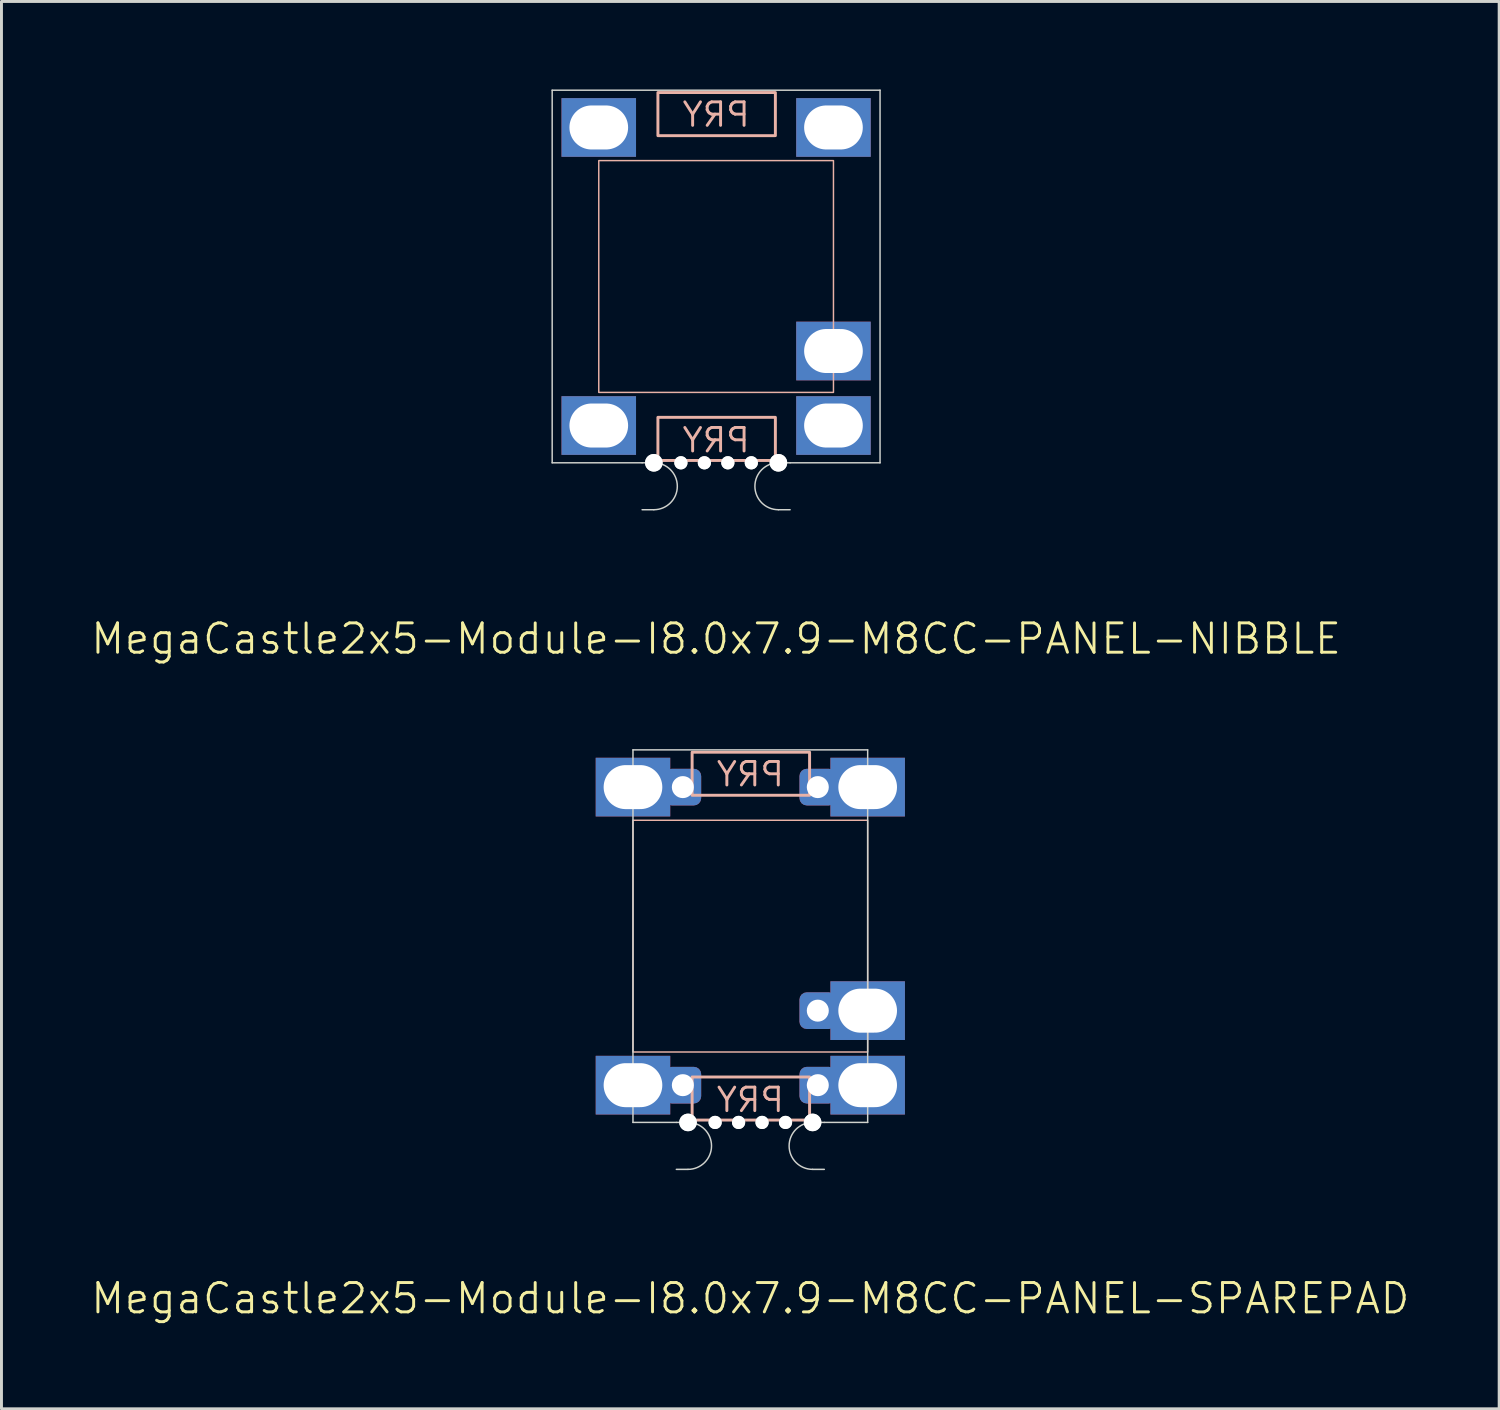
<source format=kicad_pcb>
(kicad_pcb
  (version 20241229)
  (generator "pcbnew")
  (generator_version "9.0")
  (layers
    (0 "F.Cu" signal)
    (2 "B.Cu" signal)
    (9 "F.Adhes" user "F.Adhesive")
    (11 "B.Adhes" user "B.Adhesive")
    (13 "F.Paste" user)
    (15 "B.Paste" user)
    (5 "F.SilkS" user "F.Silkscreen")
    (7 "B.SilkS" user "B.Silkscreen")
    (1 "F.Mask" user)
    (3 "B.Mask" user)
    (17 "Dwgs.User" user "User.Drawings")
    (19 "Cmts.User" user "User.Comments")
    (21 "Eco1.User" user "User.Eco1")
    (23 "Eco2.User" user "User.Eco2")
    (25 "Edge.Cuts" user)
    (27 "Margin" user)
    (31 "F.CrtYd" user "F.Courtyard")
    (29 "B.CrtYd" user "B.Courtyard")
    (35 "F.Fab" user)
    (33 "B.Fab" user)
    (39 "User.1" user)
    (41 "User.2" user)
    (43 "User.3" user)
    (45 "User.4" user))
  (footprint "MegaCastle2x5-Module-I8.0x7.9-M8CC-PANEL-SPAREPAD"
    (layer "F.Cu")
    (at 22.526 28.86)
    (property "Reference" "MegaCastle2x5-Module-I8.0x7.9-M8CC-PANEL-SPAREPAD" (at 0 12.35 0) (unlocked yes) (layer "F.SilkS") (effects (font (size 1 1) (thickness 0.1))))
    (attr smd)
    (fp_rect (start -4 3.95) (end 4 -3.95) (stroke (width 0.05) (type default)) (fill no) (layer "B.SilkS"))
    (fp_rect (start -1.984 -4.801) (end 2.02 -6.27) (stroke (width 0.1) (type default)) (fill no) (layer "B.SilkS"))
    (fp_rect (start -1.984 4.801) (end 2.02 6.27) (stroke (width 0.1) (type default)) (fill no) (layer "B.SilkS"))
    (fp_line (start -4 -6.35) (end -4 6.35) (stroke (width 0.05) (type default)) (layer "Edge.Cuts"))
    (fp_line (start -4 -6.35) (end 4 -6.35) (stroke (width 0.05) (type default)) (layer "Edge.Cuts"))
    (fp_line (start -4 6.35) (end -2.522 6.35) (stroke (width 0.05) (type default)) (layer "Edge.Cuts"))
    (fp_line (start -2.522 6.35) (end -2.123 6.35) (stroke (width 0.05) (type default)) (layer "Edge.Cuts"))
    (fp_line (start -2.522 7.95) (end -2.123 7.95) (stroke (width 0.05) (type default)) (layer "Edge.Cuts"))
    (fp_line (start 2.522 6.35) (end 2.123 6.35) (stroke (width 0.05) (type default)) (layer "Edge.Cuts"))
    (fp_line (start 2.522 6.35) (end 4 6.35) (stroke (width 0.05) (type default)) (layer "Edge.Cuts"))
    (fp_line (start 2.522 7.95) (end 2.123 7.95) (stroke (width 0.05) (type default)) (layer "Edge.Cuts"))
    (fp_line (start 4 -6.35) (end 4 6.35) (stroke (width 0.05) (type default)) (layer "Edge.Cuts"))
    (fp_arc (start -2.1225 6.35) (mid -1.3225 7.15) (end -2.1225 7.95) (stroke (width 0.05) (type default)) (layer "Edge.Cuts"))
    (fp_arc (start 2.1225 7.95) (mid 1.3225 7.15) (end 2.1225 6.35) (stroke (width 0.05) (type default)) (layer "Edge.Cuts"))
    (fp_text user "PRY" (at 0 -5.05 0) (unlocked yes) (layer "B.SilkS") (effects (font (size 0.8 0.8) (thickness 0.1)) (justify bottom mirror)))
    (fp_text user "PRY" (at 0 6.05 0) (unlocked yes) (layer "B.SilkS") (effects (font (size 0.8 0.8) (thickness 0.1)) (justify bottom mirror)))
    (pad "" np_thru_hole circle (at -2.123 6.35) (size 0.6 0.6) (drill 0.6) (layers "*.Cu" "Edge.Cuts"))
    (pad "" np_thru_hole circle (at -1.2 6.35) (size 0.45 0.45) (drill 0.45) (layers "*.Cu" "Edge.Cuts"))
    (pad "" np_thru_hole circle (at -0.4 6.35) (size 0.45 0.45) (drill 0.45) (layers "*.Cu" "Edge.Cuts"))
    (pad "" np_thru_hole circle (at 0.4 6.35) (size 0.45 0.45) (drill 0.45) (layers "*.Cu" "Edge.Cuts"))
    (pad "" np_thru_hole circle (at 1.2 6.35) (size 0.45 0.45) (drill 0.45) (layers "*.Cu" "Edge.Cuts"))
    (pad "" np_thru_hole circle (at 2.123 6.35) (size 0.6 0.6) (drill 0.6) (layers "*.Cu" "Edge.Cuts"))
    (pad "1" thru_hole rect (at -4 -5.08) (size 2.54 2) (drill oval 2 1.5) (property pad_prop_castellated) (layers "*.Cu" "*.Mask"))
    (pad "1" thru_hole roundrect (at -2.3 -5.08 180) (size 1.25 1.25) (drill 0.75) (layers "*.Cu" "*.Mask") (roundrect_rratio 0.2))
    (pad "5" thru_hole rect (at -4 5.08) (size 2.54 2) (drill oval 2 1.5) (property pad_prop_castellated) (layers "*.Cu" "*.Mask"))
    (pad "5" thru_hole roundrect (at -2.3 5.08 180) (size 1.25 1.25) (drill 0.75) (layers "*.Cu" "*.Mask") (roundrect_rratio 0.2))
    (pad "6" thru_hole roundrect (at 2.3 -5.08 180) (size 1.25 1.25) (drill 0.75) (layers "*.Cu" "*.Mask") (roundrect_rratio 0.2))
    (pad "6" thru_hole rect (at 4 -5.08) (size 2.54 2) (drill oval 2 1.5) (property pad_prop_castellated) (layers "*.Cu" "*.Mask"))
    (pad "9" thru_hole roundrect (at 2.3 2.54 180) (size 1.25 1.25) (drill 0.75) (layers "*.Cu" "*.Mask") (roundrect_rratio 0.2))
    (pad "9" thru_hole rect (at 4 2.54) (size 2.54 2) (drill oval 2 1.5) (property pad_prop_castellated) (layers "*.Cu" "*.Mask"))
    (pad "10" thru_hole roundrect (at 2.3 5.08 180) (size 1.25 1.25) (drill 0.75) (layers "*.Cu" "*.Mask") (roundrect_rratio 0.2))
    (pad "10" thru_hole rect (at 4 5.08) (size 2.54 2) (drill oval 2 1.5) (property pad_prop_castellated) (layers "*.Cu" "*.Mask"))
    (zone (net_name "") (layer "B.Cu") (hatch edge 0.5) (connect_pads) (min_thickness 0.25) (filled_areas_thickness no) (keepout (tracks allowed) (vias allowed) (pads allowed) (copperpour allowed) (footprints not_allowed)) (placement (enabled no)) (fill) (polygon (pts (xy 18.526 35.211) (xy 18.526 22.511))))
    (zone (net_name "") (layer "B.Cu") (hatch edge 0.5) (connect_pads) (min_thickness 0.25) (filled_areas_thickness no) (keepout (tracks allowed) (vias allowed) (pads allowed) (copperpour allowed) (footprints not_allowed)) (placement (enabled no)) (fill) (polygon (pts (xy 26.526 35.211) (xy 26.526 22.511))))
    (zone (net_name "") (layer "B.Cu") (hatch edge 0.5) (connect_pads) (min_thickness 0.25) (filled_areas_thickness no) (keepout (tracks allowed) (vias allowed) (pads allowed) (copperpour allowed) (footprints not_allowed)) (placement (enabled no)) (fill) (polygon (pts (xy 18.526 22.511) (xy 18.526 24.91) (xy 26.526 24.91) (xy 26.526 22.511))))
    (zone (net_name "") (layer "B.Cu") (hatch edge 0.5) (connect_pads) (min_thickness 0.25) (filled_areas_thickness no) (keepout (tracks allowed) (vias allowed) (pads allowed) (copperpour allowed) (footprints not_allowed)) (placement (enabled no)) (fill) (polygon (pts (xy 18.526 35.211) (xy 18.526 32.81) (xy 26.526 32.81) (xy 26.526 35.211))))
    (zone (net_name "") (layer "B.Cu") (name "Upper Pry Zone") (hatch edge 0.5) (connect_pads) (min_thickness 0.25) (filled_areas_thickness no) (keepout (tracks not_allowed) (vias not_allowed) (pads not_allowed) (copperpour allowed) (footprints not_allowed)) (placement (enabled no)) (fill) (polygon (pts (xy 20.542 24.059) (xy 20.542 22.59) (xy 24.546 22.59) (xy 24.546 24.059))))
    (zone (net_name "") (layer "B.Cu") (name "Upper Pry Zone") (hatch edge 0.5) (connect_pads) (min_thickness 0.25) (filled_areas_thickness no) (keepout (tracks not_allowed) (vias not_allowed) (pads not_allowed) (copperpour allowed) (footprints not_allowed)) (placement (enabled no)) (fill) (polygon (pts (xy 20.542 33.662) (xy 20.542 35.13) (xy 24.546 35.13) (xy 24.546 33.662)))))
  (footprint "MegaCastle2x5-Module-I8.0x7.9-M8CC-PANEL-NIBBLE"
    (layer "F.Cu")
    (at 21.36 6.375)
    (property "Reference" "MegaCastle2x5-Module-I8.0x7.9-M8CC-PANEL-NIBBLE" (at 0 12.35 0) (unlocked yes) (layer "F.SilkS") (effects (font (size 1 1) (thickness 0.1))))
    (attr smd)
    (fp_rect (start -4 3.95) (end 4 -3.95) (stroke (width 0.05) (type default)) (fill no) (layer "B.SilkS"))
    (fp_rect (start -1.984 -4.801) (end 2.02 -6.27) (stroke (width 0.1) (type default)) (fill no) (layer "B.SilkS"))
    (fp_rect (start -1.984 4.801) (end 2.02 6.27) (stroke (width 0.1) (type default)) (fill no) (layer "B.SilkS"))
    (fp_line (start -5.588 -6.35) (end -5.588 6.35) (stroke (width 0.05) (type default)) (layer "Edge.Cuts"))
    (fp_line (start -5.588 -6.35) (end 5.588 -6.35) (stroke (width 0.05) (type default)) (layer "Edge.Cuts"))
    (fp_line (start -5.588 6.35) (end -2.522 6.35) (stroke (width 0.05) (type default)) (layer "Edge.Cuts"))
    (fp_line (start -2.522 6.35) (end -2.123 6.35) (stroke (width 0.05) (type default)) (layer "Edge.Cuts"))
    (fp_line (start -2.522 7.95) (end -2.123 7.95) (stroke (width 0.05) (type default)) (layer "Edge.Cuts"))
    (fp_line (start 2.522 6.35) (end 2.123 6.35) (stroke (width 0.05) (type default)) (layer "Edge.Cuts"))
    (fp_line (start 2.522 6.35) (end 5.588 6.35) (stroke (width 0.05) (type default)) (layer "Edge.Cuts"))
    (fp_line (start 2.522 7.95) (end 2.123 7.95) (stroke (width 0.05) (type default)) (layer "Edge.Cuts"))
    (fp_line (start 5.588 -6.35) (end 5.588 6.35) (stroke (width 0.05) (type default)) (layer "Edge.Cuts"))
    (fp_arc (start -2.1225 6.35) (mid -1.3225 7.15) (end -2.1225 7.95) (stroke (width 0.05) (type default)) (layer "Edge.Cuts"))
    (fp_arc (start 2.1225 7.95) (mid 1.3225 7.15) (end 2.1225 6.35) (stroke (width 0.05) (type default)) (layer "Edge.Cuts"))
    (fp_text user "PRY" (at 0 6.05 0) (unlocked yes) (layer "B.SilkS") (effects (font (size 0.8 0.8) (thickness 0.1)) (justify bottom mirror)))
    (fp_text user "PRY" (at 0 -5.05 0) (unlocked yes) (layer "B.SilkS") (effects (font (size 0.8 0.8) (thickness 0.1)) (justify bottom mirror)))
    (pad "" np_thru_hole circle (at -2.123 6.35) (size 0.6 0.6) (drill 0.6) (layers "*.Cu" "Edge.Cuts"))
    (pad "" np_thru_hole circle (at -1.2 6.35) (size 0.45 0.45) (drill 0.45) (layers "*.Cu" "Edge.Cuts"))
    (pad "" np_thru_hole circle (at -0.4 6.35) (size 0.45 0.45) (drill 0.45) (layers "*.Cu" "Edge.Cuts"))
    (pad "" np_thru_hole circle (at 0.4 6.35) (size 0.45 0.45) (drill 0.45) (layers "*.Cu" "Edge.Cuts"))
    (pad "" np_thru_hole circle (at 1.2 6.35) (size 0.45 0.45) (drill 0.45) (layers "*.Cu" "Edge.Cuts"))
    (pad "" np_thru_hole circle (at 2.123 6.35) (size 0.6 0.6) (drill 0.6) (layers "*.Cu" "Edge.Cuts"))
    (pad "1" thru_hole rect (at -4 -5.08) (size 2.54 2) (drill oval 2 1.5) (property pad_prop_castellated) (layers "*.Cu" "*.Mask"))
    (pad "5" thru_hole rect (at -4 5.08) (size 2.54 2) (drill oval 2 1.5) (property pad_prop_castellated) (layers "*.Cu" "*.Mask"))
    (pad "6" thru_hole rect (at 4 -5.08) (size 2.54 2) (drill oval 2 1.5) (property pad_prop_castellated) (layers "*.Cu" "*.Mask"))
    (pad "9" thru_hole rect (at 4 2.54) (size 2.54 2) (drill oval 2 1.5) (property pad_prop_castellated) (layers "*.Cu" "*.Mask"))
    (pad "10" thru_hole rect (at 4 5.08) (size 2.54 2) (drill oval 2 1.5) (property pad_prop_castellated) (layers "*.Cu" "*.Mask"))
    (zone (net_name "") (layer "B.Cu") (hatch edge 0.5) (connect_pads) (min_thickness 0.25) (filled_areas_thickness no) (keepout (tracks allowed) (vias allowed) (pads allowed) (copperpour allowed) (footprints not_allowed)) (placement (enabled no)) (fill) (polygon (pts (xy 17.36 12.725) (xy 17.36 0.025))))
    (zone (net_name "") (layer "B.Cu") (hatch edge 0.5) (connect_pads) (min_thickness 0.25) (filled_areas_thickness no) (keepout (tracks allowed) (vias allowed) (pads allowed) (copperpour allowed) (footprints not_allowed)) (placement (enabled no)) (fill) (polygon (pts (xy 25.36 12.725) (xy 25.36 0.025))))
    (zone (net_name "") (layer "B.Cu") (hatch edge 0.5) (connect_pads) (min_thickness 0.25) (filled_areas_thickness no) (keepout (tracks allowed) (vias allowed) (pads allowed) (copperpour allowed) (footprints not_allowed)) (placement (enabled no)) (fill) (polygon (pts (xy 17.36 0.025) (xy 17.36 2.425) (xy 25.36 2.425) (xy 25.36 0.025))))
    (zone (net_name "") (layer "B.Cu") (hatch edge 0.5) (connect_pads) (min_thickness 0.25) (filled_areas_thickness no) (keepout (tracks allowed) (vias allowed) (pads allowed) (copperpour allowed) (footprints not_allowed)) (placement (enabled no)) (fill) (polygon (pts (xy 17.36 12.725) (xy 17.36 10.325) (xy 25.36 10.325) (xy 25.36 12.725))))
    (zone (net_name "") (layer "B.Cu") (name "Upper Pry Zone") (hatch edge 0.5) (connect_pads) (min_thickness 0.25) (filled_areas_thickness no) (keepout (tracks not_allowed) (vias not_allowed) (pads not_allowed) (copperpour allowed) (footprints not_allowed)) (placement (enabled no)) (fill) (polygon (pts (xy 19.375 1.574) (xy 19.375 0.105) (xy 23.379 0.105) (xy 23.379 1.574))))
    (zone (net_name "") (layer "B.Cu") (name "Upper Pry Zone") (hatch edge 0.5) (connect_pads) (min_thickness 0.25) (filled_areas_thickness no) (keepout (tracks not_allowed) (vias not_allowed) (pads not_allowed) (copperpour allowed) (footprints not_allowed)) (placement (enabled no)) (fill) (polygon (pts (xy 19.375 11.176) (xy 19.375 12.645) (xy 23.379 12.645) (xy 23.379 11.176)))))
  (gr_rect
    (start -3 -3)
    (end 48.052 44.971)
    (stroke (width 0.1) (type default))
    (fill no)
    (layer "Edge.Cuts")))
</source>
